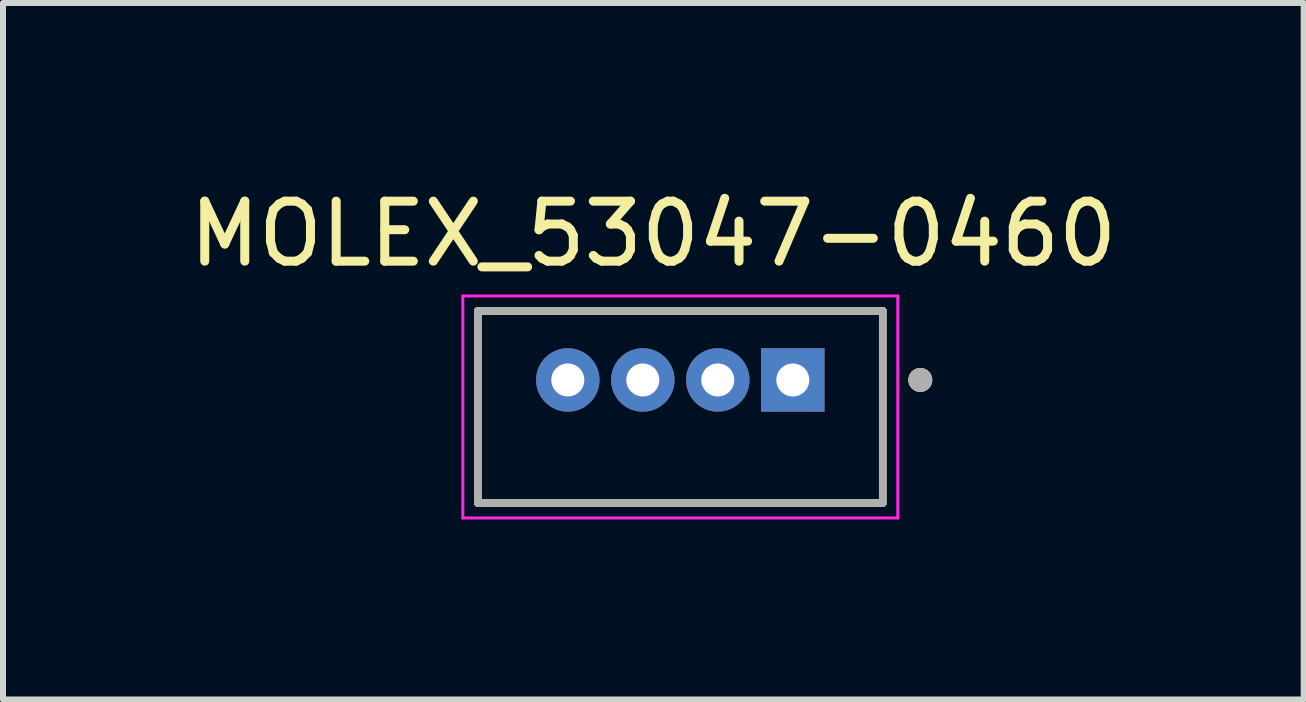
<source format=kicad_pcb>
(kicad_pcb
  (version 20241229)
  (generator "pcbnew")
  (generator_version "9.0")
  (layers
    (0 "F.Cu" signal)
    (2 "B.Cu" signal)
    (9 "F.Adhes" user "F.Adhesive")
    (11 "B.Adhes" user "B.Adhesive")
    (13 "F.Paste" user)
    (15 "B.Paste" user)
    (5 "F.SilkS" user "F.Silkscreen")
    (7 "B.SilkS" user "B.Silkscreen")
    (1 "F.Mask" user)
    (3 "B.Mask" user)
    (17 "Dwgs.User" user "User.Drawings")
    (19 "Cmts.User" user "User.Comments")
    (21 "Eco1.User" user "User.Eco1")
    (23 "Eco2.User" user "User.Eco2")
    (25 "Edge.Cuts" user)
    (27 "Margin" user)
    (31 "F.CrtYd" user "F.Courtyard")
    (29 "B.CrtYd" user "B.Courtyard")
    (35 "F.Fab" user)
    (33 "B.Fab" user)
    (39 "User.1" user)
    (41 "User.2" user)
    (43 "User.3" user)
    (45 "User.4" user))
  (footprint "MOLEX_53047-0460"
    (layer "F.Cu")
    (at 8.289 3.733)
    (property "Reference" "MOLEX_53047-0460" (at -0.45 -2.885 0) (layer "F.SilkS") (effects (font (size 1 1) (thickness 0.15))))
    (attr through_hole)
    (fp_line (start -3.375 -1.6) (end 3.375 -1.6) (stroke (width 0.127) (type solid)) (layer "F.SilkS"))
    (fp_line (start -3.375 1.6) (end -3.375 -1.6) (stroke (width 0.127) (type solid)) (layer "F.SilkS"))
    (fp_line (start 3.375 -1.6) (end 3.375 1.6) (stroke (width 0.127) (type solid)) (layer "F.SilkS"))
    (fp_line (start 3.375 1.6) (end -3.375 1.6) (stroke (width 0.127) (type solid)) (layer "F.SilkS"))
    (fp_circle (center 4 -0.45) (end 4.1 -0.45) (stroke (width 0.2) (type solid)) (fill no) (layer "F.SilkS"))
    (fp_line (start -3.625 -1.85) (end 3.625 -1.85) (stroke (width 0.05) (type solid)) (layer "F.CrtYd"))
    (fp_line (start -3.625 1.85) (end -3.625 -1.85) (stroke (width 0.05) (type solid)) (layer "F.CrtYd"))
    (fp_line (start 3.625 -1.85) (end 3.625 1.85) (stroke (width 0.05) (type solid)) (layer "F.CrtYd"))
    (fp_line (start 3.625 1.85) (end -3.625 1.85) (stroke (width 0.05) (type solid)) (layer "F.CrtYd"))
    (fp_line (start -3.375 -1.6) (end 3.375 -1.6) (stroke (width 0.127) (type solid)) (layer "F.Fab"))
    (fp_line (start -3.375 1.6) (end -3.375 -1.6) (stroke (width 0.127) (type solid)) (layer "F.Fab"))
    (fp_line (start 3.375 -1.6) (end 3.375 1.6) (stroke (width 0.127) (type solid)) (layer "F.Fab"))
    (fp_line (start 3.375 1.6) (end -3.375 1.6) (stroke (width 0.127) (type solid)) (layer "F.Fab"))
    (fp_circle (center 4 -0.45) (end 4.1 -0.45) (stroke (width 0.2) (type solid)) (fill no) (layer "F.Fab"))
    (pad "1" thru_hole rect (at 1.875 -0.45) (size 1.058 1.058) (drill 0.55) (layers "*.Cu" "*.Mask"))
    (pad "2" thru_hole circle (at 0.625 -0.45) (size 1.058 1.058) (drill 0.55) (layers "*.Cu" "*.Mask"))
    (pad "3" thru_hole circle (at -0.625 -0.45) (size 1.058 1.058) (drill 0.55) (layers "*.Cu" "*.Mask"))
    (pad "4" thru_hole circle (at -1.875 -0.45) (size 1.058 1.058) (drill 0.55) (layers "*.Cu" "*.Mask")))
  (gr_rect
    (start -3 -3)
    (end 18.679 8.608)
    (stroke (width 0.1) (type default))
    (fill no)
    (layer "Edge.Cuts")))
</source>
